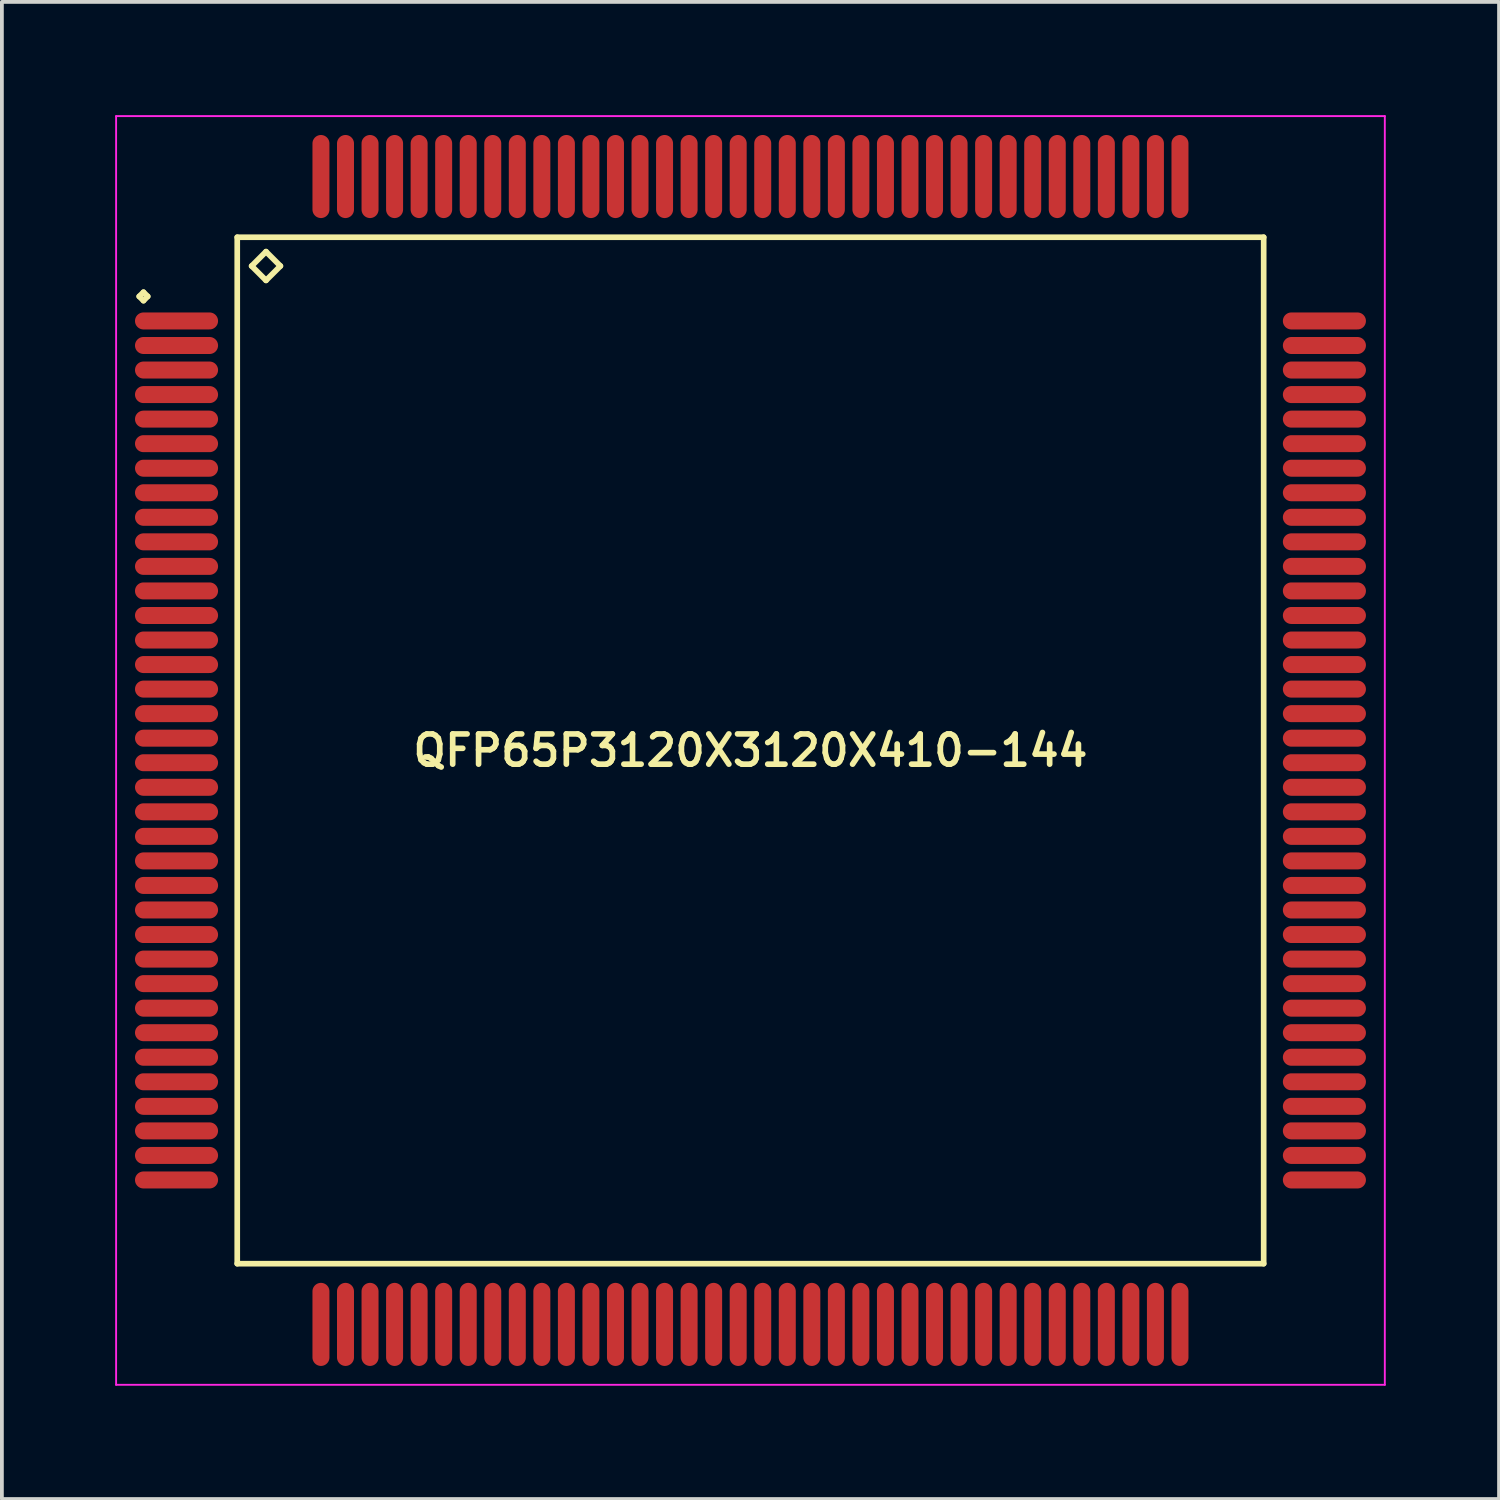
<source format=kicad_pcb>
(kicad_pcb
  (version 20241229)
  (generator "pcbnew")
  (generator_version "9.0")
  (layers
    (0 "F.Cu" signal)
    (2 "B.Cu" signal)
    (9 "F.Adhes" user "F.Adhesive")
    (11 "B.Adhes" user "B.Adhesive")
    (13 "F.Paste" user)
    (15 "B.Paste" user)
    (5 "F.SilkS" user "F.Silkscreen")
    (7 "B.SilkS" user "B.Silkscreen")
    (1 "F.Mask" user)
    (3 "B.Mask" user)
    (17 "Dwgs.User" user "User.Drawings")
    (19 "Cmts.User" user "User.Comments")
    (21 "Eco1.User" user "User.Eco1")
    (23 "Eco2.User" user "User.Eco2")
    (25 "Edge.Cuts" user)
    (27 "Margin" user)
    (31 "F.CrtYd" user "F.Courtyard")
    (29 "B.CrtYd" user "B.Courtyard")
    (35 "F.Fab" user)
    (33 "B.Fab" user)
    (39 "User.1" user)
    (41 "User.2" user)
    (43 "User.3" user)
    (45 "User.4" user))
  (footprint "QFP65P3120X3120X410-144"
    (layer "F.Cu")
    (at 16.825 16.825)
    (property "Reference" "QFP65P3120X3120X410-144" (at 0 0 0) (layer "F.SilkS") (effects (font (size 0.8 0.8) (thickness 0.15))))
    (attr smd)
    (fp_line (start -16.188 -12.025) (end -16.075 -12.137) (stroke (width 0.15) (type solid)) (layer "F.SilkS"))
    (fp_line (start -16.075 -12.137) (end -15.963 -12.025) (stroke (width 0.15) (type solid)) (layer "F.SilkS"))
    (fp_line (start -16.075 -11.912) (end -16.188 -12.025) (stroke (width 0.15) (type solid)) (layer "F.SilkS"))
    (fp_line (start -15.963 -12.025) (end -16.075 -11.912) (stroke (width 0.15) (type solid)) (layer "F.SilkS"))
    (fp_line (start -13.592 -13.592) (end -13.592 13.592) (stroke (width 0.15) (type solid)) (layer "F.SilkS"))
    (fp_line (start -13.592 13.592) (end 13.592 13.592) (stroke (width 0.15) (type solid)) (layer "F.SilkS"))
    (fp_line (start -13.211 -12.83) (end -12.83 -13.211) (stroke (width 0.15) (type solid)) (layer "F.SilkS"))
    (fp_line (start -12.83 -13.211) (end -12.449 -12.83) (stroke (width 0.15) (type solid)) (layer "F.SilkS"))
    (fp_line (start -12.83 -12.449) (end -13.211 -12.83) (stroke (width 0.15) (type solid)) (layer "F.SilkS"))
    (fp_line (start -12.449 -12.83) (end -12.83 -12.449) (stroke (width 0.15) (type solid)) (layer "F.SilkS"))
    (fp_line (start 13.592 -13.592) (end -13.592 -13.592) (stroke (width 0.15) (type solid)) (layer "F.SilkS"))
    (fp_line (start 13.592 13.592) (end 13.592 -13.592) (stroke (width 0.15) (type solid)) (layer "F.SilkS"))
    (fp_line (start -16.8 -16.8) (end 16.8 -16.8) (stroke (width 0.05) (type solid)) (layer "F.CrtYd"))
    (fp_line (start -16.8 16.8) (end -16.8 -16.8) (stroke (width 0.05) (type solid)) (layer "F.CrtYd"))
    (fp_line (start 16.8 -16.8) (end 16.8 16.8) (stroke (width 0.05) (type solid)) (layer "F.CrtYd"))
    (fp_line (start 16.8 16.8) (end -16.8 16.8) (stroke (width 0.05) (type solid)) (layer "F.CrtYd"))
    (pad "1" smd oval (at -15.2 -11.375) (size 2.2 0.45) (layers "F.Cu" "F.Mask" "F.Paste"))
    (pad "2" smd oval (at -15.2 -10.725) (size 2.2 0.45) (layers "F.Cu" "F.Mask" "F.Paste"))
    (pad "3" smd oval (at -15.2 -10.075) (size 2.2 0.45) (layers "F.Cu" "F.Mask" "F.Paste"))
    (pad "4" smd oval (at -15.2 -9.425) (size 2.2 0.45) (layers "F.Cu" "F.Mask" "F.Paste"))
    (pad "5" smd oval (at -15.2 -8.775) (size 2.2 0.45) (layers "F.Cu" "F.Mask" "F.Paste"))
    (pad "6" smd oval (at -15.2 -8.125) (size 2.2 0.45) (layers "F.Cu" "F.Mask" "F.Paste"))
    (pad "7" smd oval (at -15.2 -7.475) (size 2.2 0.45) (layers "F.Cu" "F.Mask" "F.Paste"))
    (pad "8" smd oval (at -15.2 -6.825) (size 2.2 0.45) (layers "F.Cu" "F.Mask" "F.Paste"))
    (pad "9" smd oval (at -15.2 -6.175) (size 2.2 0.45) (layers "F.Cu" "F.Mask" "F.Paste"))
    (pad "10" smd oval (at -15.2 -5.525) (size 2.2 0.45) (layers "F.Cu" "F.Mask" "F.Paste"))
    (pad "11" smd oval (at -15.2 -4.875) (size 2.2 0.45) (layers "F.Cu" "F.Mask" "F.Paste"))
    (pad "12" smd oval (at -15.2 -4.225) (size 2.2 0.45) (layers "F.Cu" "F.Mask" "F.Paste"))
    (pad "13" smd oval (at -15.2 -3.575) (size 2.2 0.45) (layers "F.Cu" "F.Mask" "F.Paste"))
    (pad "14" smd oval (at -15.2 -2.925) (size 2.2 0.45) (layers "F.Cu" "F.Mask" "F.Paste"))
    (pad "15" smd oval (at -15.2 -2.275) (size 2.2 0.45) (layers "F.Cu" "F.Mask" "F.Paste"))
    (pad "16" smd oval (at -15.2 -1.625) (size 2.2 0.45) (layers "F.Cu" "F.Mask" "F.Paste"))
    (pad "17" smd oval (at -15.2 -0.975) (size 2.2 0.45) (layers "F.Cu" "F.Mask" "F.Paste"))
    (pad "18" smd oval (at -15.2 -0.325) (size 2.2 0.45) (layers "F.Cu" "F.Mask" "F.Paste"))
    (pad "19" smd oval (at -15.2 0.325) (size 2.2 0.45) (layers "F.Cu" "F.Mask" "F.Paste"))
    (pad "20" smd oval (at -15.2 0.975) (size 2.2 0.45) (layers "F.Cu" "F.Mask" "F.Paste"))
    (pad "21" smd oval (at -15.2 1.625) (size 2.2 0.45) (layers "F.Cu" "F.Mask" "F.Paste"))
    (pad "22" smd oval (at -15.2 2.275) (size 2.2 0.45) (layers "F.Cu" "F.Mask" "F.Paste"))
    (pad "23" smd oval (at -15.2 2.925) (size 2.2 0.45) (layers "F.Cu" "F.Mask" "F.Paste"))
    (pad "24" smd oval (at -15.2 3.575) (size 2.2 0.45) (layers "F.Cu" "F.Mask" "F.Paste"))
    (pad "25" smd oval (at -15.2 4.225) (size 2.2 0.45) (layers "F.Cu" "F.Mask" "F.Paste"))
    (pad "26" smd oval (at -15.2 4.875) (size 2.2 0.45) (layers "F.Cu" "F.Mask" "F.Paste"))
    (pad "27" smd oval (at -15.2 5.525) (size 2.2 0.45) (layers "F.Cu" "F.Mask" "F.Paste"))
    (pad "28" smd oval (at -15.2 6.175) (size 2.2 0.45) (layers "F.Cu" "F.Mask" "F.Paste"))
    (pad "29" smd oval (at -15.2 6.825) (size 2.2 0.45) (layers "F.Cu" "F.Mask" "F.Paste"))
    (pad "30" smd oval (at -15.2 7.475) (size 2.2 0.45) (layers "F.Cu" "F.Mask" "F.Paste"))
    (pad "31" smd oval (at -15.2 8.125) (size 2.2 0.45) (layers "F.Cu" "F.Mask" "F.Paste"))
    (pad "32" smd oval (at -15.2 8.775) (size 2.2 0.45) (layers "F.Cu" "F.Mask" "F.Paste"))
    (pad "33" smd oval (at -15.2 9.425) (size 2.2 0.45) (layers "F.Cu" "F.Mask" "F.Paste"))
    (pad "34" smd oval (at -15.2 10.075) (size 2.2 0.45) (layers "F.Cu" "F.Mask" "F.Paste"))
    (pad "35" smd oval (at -15.2 10.725) (size 2.2 0.45) (layers "F.Cu" "F.Mask" "F.Paste"))
    (pad "36" smd oval (at -15.2 11.375) (size 2.2 0.45) (layers "F.Cu" "F.Mask" "F.Paste"))
    (pad "37" smd oval (at -11.375 15.2) (size 0.45 2.2) (layers "F.Cu" "F.Mask" "F.Paste"))
    (pad "38" smd oval (at -10.725 15.2) (size 0.45 2.2) (layers "F.Cu" "F.Mask" "F.Paste"))
    (pad "39" smd oval (at -10.075 15.2) (size 0.45 2.2) (layers "F.Cu" "F.Mask" "F.Paste"))
    (pad "40" smd oval (at -9.425 15.2) (size 0.45 2.2) (layers "F.Cu" "F.Mask" "F.Paste"))
    (pad "41" smd oval (at -8.775 15.2) (size 0.45 2.2) (layers "F.Cu" "F.Mask" "F.Paste"))
    (pad "42" smd oval (at -8.125 15.2) (size 0.45 2.2) (layers "F.Cu" "F.Mask" "F.Paste"))
    (pad "43" smd oval (at -7.475 15.2) (size 0.45 2.2) (layers "F.Cu" "F.Mask" "F.Paste"))
    (pad "44" smd oval (at -6.825 15.2) (size 0.45 2.2) (layers "F.Cu" "F.Mask" "F.Paste"))
    (pad "45" smd oval (at -6.175 15.2) (size 0.45 2.2) (layers "F.Cu" "F.Mask" "F.Paste"))
    (pad "46" smd oval (at -5.525 15.2) (size 0.45 2.2) (layers "F.Cu" "F.Mask" "F.Paste"))
    (pad "47" smd oval (at -4.875 15.2) (size 0.45 2.2) (layers "F.Cu" "F.Mask" "F.Paste"))
    (pad "48" smd oval (at -4.225 15.2) (size 0.45 2.2) (layers "F.Cu" "F.Mask" "F.Paste"))
    (pad "49" smd oval (at -3.575 15.2) (size 0.45 2.2) (layers "F.Cu" "F.Mask" "F.Paste"))
    (pad "50" smd oval (at -2.925 15.2) (size 0.45 2.2) (layers "F.Cu" "F.Mask" "F.Paste"))
    (pad "51" smd oval (at -2.275 15.2) (size 0.45 2.2) (layers "F.Cu" "F.Mask" "F.Paste"))
    (pad "52" smd oval (at -1.625 15.2) (size 0.45 2.2) (layers "F.Cu" "F.Mask" "F.Paste"))
    (pad "53" smd oval (at -0.975 15.2) (size 0.45 2.2) (layers "F.Cu" "F.Mask" "F.Paste"))
    (pad "54" smd oval (at -0.325 15.2) (size 0.45 2.2) (layers "F.Cu" "F.Mask" "F.Paste"))
    (pad "55" smd oval (at 0.325 15.2) (size 0.45 2.2) (layers "F.Cu" "F.Mask" "F.Paste"))
    (pad "56" smd oval (at 0.975 15.2) (size 0.45 2.2) (layers "F.Cu" "F.Mask" "F.Paste"))
    (pad "57" smd oval (at 1.625 15.2) (size 0.45 2.2) (layers "F.Cu" "F.Mask" "F.Paste"))
    (pad "58" smd oval (at 2.275 15.2) (size 0.45 2.2) (layers "F.Cu" "F.Mask" "F.Paste"))
    (pad "59" smd oval (at 2.925 15.2) (size 0.45 2.2) (layers "F.Cu" "F.Mask" "F.Paste"))
    (pad "60" smd oval (at 3.575 15.2) (size 0.45 2.2) (layers "F.Cu" "F.Mask" "F.Paste"))
    (pad "61" smd oval (at 4.225 15.2) (size 0.45 2.2) (layers "F.Cu" "F.Mask" "F.Paste"))
    (pad "62" smd oval (at 4.875 15.2) (size 0.45 2.2) (layers "F.Cu" "F.Mask" "F.Paste"))
    (pad "63" smd oval (at 5.525 15.2) (size 0.45 2.2) (layers "F.Cu" "F.Mask" "F.Paste"))
    (pad "64" smd oval (at 6.175 15.2) (size 0.45 2.2) (layers "F.Cu" "F.Mask" "F.Paste"))
    (pad "65" smd oval (at 6.825 15.2) (size 0.45 2.2) (layers "F.Cu" "F.Mask" "F.Paste"))
    (pad "66" smd oval (at 7.475 15.2) (size 0.45 2.2) (layers "F.Cu" "F.Mask" "F.Paste"))
    (pad "67" smd oval (at 8.125 15.2) (size 0.45 2.2) (layers "F.Cu" "F.Mask" "F.Paste"))
    (pad "68" smd oval (at 8.775 15.2) (size 0.45 2.2) (layers "F.Cu" "F.Mask" "F.Paste"))
    (pad "69" smd oval (at 9.425 15.2) (size 0.45 2.2) (layers "F.Cu" "F.Mask" "F.Paste"))
    (pad "70" smd oval (at 10.075 15.2) (size 0.45 2.2) (layers "F.Cu" "F.Mask" "F.Paste"))
    (pad "71" smd oval (at 10.725 15.2) (size 0.45 2.2) (layers "F.Cu" "F.Mask" "F.Paste"))
    (pad "72" smd oval (at 11.375 15.2) (size 0.45 2.2) (layers "F.Cu" "F.Mask" "F.Paste"))
    (pad "73" smd oval (at 15.2 11.375) (size 2.2 0.45) (layers "F.Cu" "F.Mask" "F.Paste"))
    (pad "74" smd oval (at 15.2 10.725) (size 2.2 0.45) (layers "F.Cu" "F.Mask" "F.Paste"))
    (pad "75" smd oval (at 15.2 10.075) (size 2.2 0.45) (layers "F.Cu" "F.Mask" "F.Paste"))
    (pad "76" smd oval (at 15.2 9.425) (size 2.2 0.45) (layers "F.Cu" "F.Mask" "F.Paste"))
    (pad "77" smd oval (at 15.2 8.775) (size 2.2 0.45) (layers "F.Cu" "F.Mask" "F.Paste"))
    (pad "78" smd oval (at 15.2 8.125) (size 2.2 0.45) (layers "F.Cu" "F.Mask" "F.Paste"))
    (pad "79" smd oval (at 15.2 7.475) (size 2.2 0.45) (layers "F.Cu" "F.Mask" "F.Paste"))
    (pad "80" smd oval (at 15.2 6.825) (size 2.2 0.45) (layers "F.Cu" "F.Mask" "F.Paste"))
    (pad "81" smd oval (at 15.2 6.175) (size 2.2 0.45) (layers "F.Cu" "F.Mask" "F.Paste"))
    (pad "82" smd oval (at 15.2 5.525) (size 2.2 0.45) (layers "F.Cu" "F.Mask" "F.Paste"))
    (pad "83" smd oval (at 15.2 4.875) (size 2.2 0.45) (layers "F.Cu" "F.Mask" "F.Paste"))
    (pad "84" smd oval (at 15.2 4.225) (size 2.2 0.45) (layers "F.Cu" "F.Mask" "F.Paste"))
    (pad "85" smd oval (at 15.2 3.575) (size 2.2 0.45) (layers "F.Cu" "F.Mask" "F.Paste"))
    (pad "86" smd oval (at 15.2 2.925) (size 2.2 0.45) (layers "F.Cu" "F.Mask" "F.Paste"))
    (pad "87" smd oval (at 15.2 2.275) (size 2.2 0.45) (layers "F.Cu" "F.Mask" "F.Paste"))
    (pad "88" smd oval (at 15.2 1.625) (size 2.2 0.45) (layers "F.Cu" "F.Mask" "F.Paste"))
    (pad "89" smd oval (at 15.2 0.975) (size 2.2 0.45) (layers "F.Cu" "F.Mask" "F.Paste"))
    (pad "90" smd oval (at 15.2 0.325) (size 2.2 0.45) (layers "F.Cu" "F.Mask" "F.Paste"))
    (pad "91" smd oval (at 15.2 -0.325) (size 2.2 0.45) (layers "F.Cu" "F.Mask" "F.Paste"))
    (pad "92" smd oval (at 15.2 -0.975) (size 2.2 0.45) (layers "F.Cu" "F.Mask" "F.Paste"))
    (pad "93" smd oval (at 15.2 -1.625) (size 2.2 0.45) (layers "F.Cu" "F.Mask" "F.Paste"))
    (pad "94" smd oval (at 15.2 -2.275) (size 2.2 0.45) (layers "F.Cu" "F.Mask" "F.Paste"))
    (pad "95" smd oval (at 15.2 -2.925) (size 2.2 0.45) (layers "F.Cu" "F.Mask" "F.Paste"))
    (pad "96" smd oval (at 15.2 -3.575) (size 2.2 0.45) (layers "F.Cu" "F.Mask" "F.Paste"))
    (pad "97" smd oval (at 15.2 -4.225) (size 2.2 0.45) (layers "F.Cu" "F.Mask" "F.Paste"))
    (pad "98" smd oval (at 15.2 -4.875) (size 2.2 0.45) (layers "F.Cu" "F.Mask" "F.Paste"))
    (pad "99" smd oval (at 15.2 -5.525) (size 2.2 0.45) (layers "F.Cu" "F.Mask" "F.Paste"))
    (pad "100" smd oval (at 15.2 -6.175) (size 2.2 0.45) (layers "F.Cu" "F.Mask" "F.Paste"))
    (pad "101" smd oval (at 15.2 -6.825) (size 2.2 0.45) (layers "F.Cu" "F.Mask" "F.Paste"))
    (pad "102" smd oval (at 15.2 -7.475) (size 2.2 0.45) (layers "F.Cu" "F.Mask" "F.Paste"))
    (pad "103" smd oval (at 15.2 -8.125) (size 2.2 0.45) (layers "F.Cu" "F.Mask" "F.Paste"))
    (pad "104" smd oval (at 15.2 -8.775) (size 2.2 0.45) (layers "F.Cu" "F.Mask" "F.Paste"))
    (pad "105" smd oval (at 15.2 -9.425) (size 2.2 0.45) (layers "F.Cu" "F.Mask" "F.Paste"))
    (pad "106" smd oval (at 15.2 -10.075) (size 2.2 0.45) (layers "F.Cu" "F.Mask" "F.Paste"))
    (pad "107" smd oval (at 15.2 -10.725) (size 2.2 0.45) (layers "F.Cu" "F.Mask" "F.Paste"))
    (pad "108" smd oval (at 15.2 -11.375) (size 2.2 0.45) (layers "F.Cu" "F.Mask" "F.Paste"))
    (pad "109" smd oval (at 11.375 -15.2) (size 0.45 2.2) (layers "F.Cu" "F.Mask" "F.Paste"))
    (pad "110" smd oval (at 10.725 -15.2) (size 0.45 2.2) (layers "F.Cu" "F.Mask" "F.Paste"))
    (pad "111" smd oval (at 10.075 -15.2) (size 0.45 2.2) (layers "F.Cu" "F.Mask" "F.Paste"))
    (pad "112" smd oval (at 9.425 -15.2) (size 0.45 2.2) (layers "F.Cu" "F.Mask" "F.Paste"))
    (pad "113" smd oval (at 8.775 -15.2) (size 0.45 2.2) (layers "F.Cu" "F.Mask" "F.Paste"))
    (pad "114" smd oval (at 8.125 -15.2) (size 0.45 2.2) (layers "F.Cu" "F.Mask" "F.Paste"))
    (pad "115" smd oval (at 7.475 -15.2) (size 0.45 2.2) (layers "F.Cu" "F.Mask" "F.Paste"))
    (pad "116" smd oval (at 6.825 -15.2) (size 0.45 2.2) (layers "F.Cu" "F.Mask" "F.Paste"))
    (pad "117" smd oval (at 6.175 -15.2) (size 0.45 2.2) (layers "F.Cu" "F.Mask" "F.Paste"))
    (pad "118" smd oval (at 5.525 -15.2) (size 0.45 2.2) (layers "F.Cu" "F.Mask" "F.Paste"))
    (pad "119" smd oval (at 4.875 -15.2) (size 0.45 2.2) (layers "F.Cu" "F.Mask" "F.Paste"))
    (pad "120" smd oval (at 4.225 -15.2) (size 0.45 2.2) (layers "F.Cu" "F.Mask" "F.Paste"))
    (pad "121" smd oval (at 3.575 -15.2) (size 0.45 2.2) (layers "F.Cu" "F.Mask" "F.Paste"))
    (pad "122" smd oval (at 2.925 -15.2) (size 0.45 2.2) (layers "F.Cu" "F.Mask" "F.Paste"))
    (pad "123" smd oval (at 2.275 -15.2) (size 0.45 2.2) (layers "F.Cu" "F.Mask" "F.Paste"))
    (pad "124" smd oval (at 1.625 -15.2) (size 0.45 2.2) (layers "F.Cu" "F.Mask" "F.Paste"))
    (pad "125" smd oval (at 0.975 -15.2) (size 0.45 2.2) (layers "F.Cu" "F.Mask" "F.Paste"))
    (pad "126" smd oval (at 0.325 -15.2) (size 0.45 2.2) (layers "F.Cu" "F.Mask" "F.Paste"))
    (pad "127" smd oval (at -0.325 -15.2) (size 0.45 2.2) (layers "F.Cu" "F.Mask" "F.Paste"))
    (pad "128" smd oval (at -0.975 -15.2) (size 0.45 2.2) (layers "F.Cu" "F.Mask" "F.Paste"))
    (pad "129" smd oval (at -1.625 -15.2) (size 0.45 2.2) (layers "F.Cu" "F.Mask" "F.Paste"))
    (pad "130" smd oval (at -2.275 -15.2) (size 0.45 2.2) (layers "F.Cu" "F.Mask" "F.Paste"))
    (pad "131" smd oval (at -2.925 -15.2) (size 0.45 2.2) (layers "F.Cu" "F.Mask" "F.Paste"))
    (pad "132" smd oval (at -3.575 -15.2) (size 0.45 2.2) (layers "F.Cu" "F.Mask" "F.Paste"))
    (pad "133" smd oval (at -4.225 -15.2) (size 0.45 2.2) (layers "F.Cu" "F.Mask" "F.Paste"))
    (pad "134" smd oval (at -4.875 -15.2) (size 0.45 2.2) (layers "F.Cu" "F.Mask" "F.Paste"))
    (pad "135" smd oval (at -5.525 -15.2) (size 0.45 2.2) (layers "F.Cu" "F.Mask" "F.Paste"))
    (pad "136" smd oval (at -6.175 -15.2) (size 0.45 2.2) (layers "F.Cu" "F.Mask" "F.Paste"))
    (pad "137" smd oval (at -6.825 -15.2) (size 0.45 2.2) (layers "F.Cu" "F.Mask" "F.Paste"))
    (pad "138" smd oval (at -7.475 -15.2) (size 0.45 2.2) (layers "F.Cu" "F.Mask" "F.Paste"))
    (pad "139" smd oval (at -8.125 -15.2) (size 0.45 2.2) (layers "F.Cu" "F.Mask" "F.Paste"))
    (pad "140" smd oval (at -8.775 -15.2) (size 0.45 2.2) (layers "F.Cu" "F.Mask" "F.Paste"))
    (pad "141" smd oval (at -9.425 -15.2) (size 0.45 2.2) (layers "F.Cu" "F.Mask" "F.Paste"))
    (pad "142" smd oval (at -10.075 -15.2) (size 0.45 2.2) (layers "F.Cu" "F.Mask" "F.Paste"))
    (pad "143" smd oval (at -10.725 -15.2) (size 0.45 2.2) (layers "F.Cu" "F.Mask" "F.Paste"))
    (pad "144" smd oval (at -11.375 -15.2) (size 0.45 2.2) (layers "F.Cu" "F.Mask" "F.Paste")))
  (gr_rect
    (start -3 -3)
    (end 36.65 36.65)
    (stroke (width 0.1) (type default))
    (fill no)
    (layer "Edge.Cuts")))
</source>
